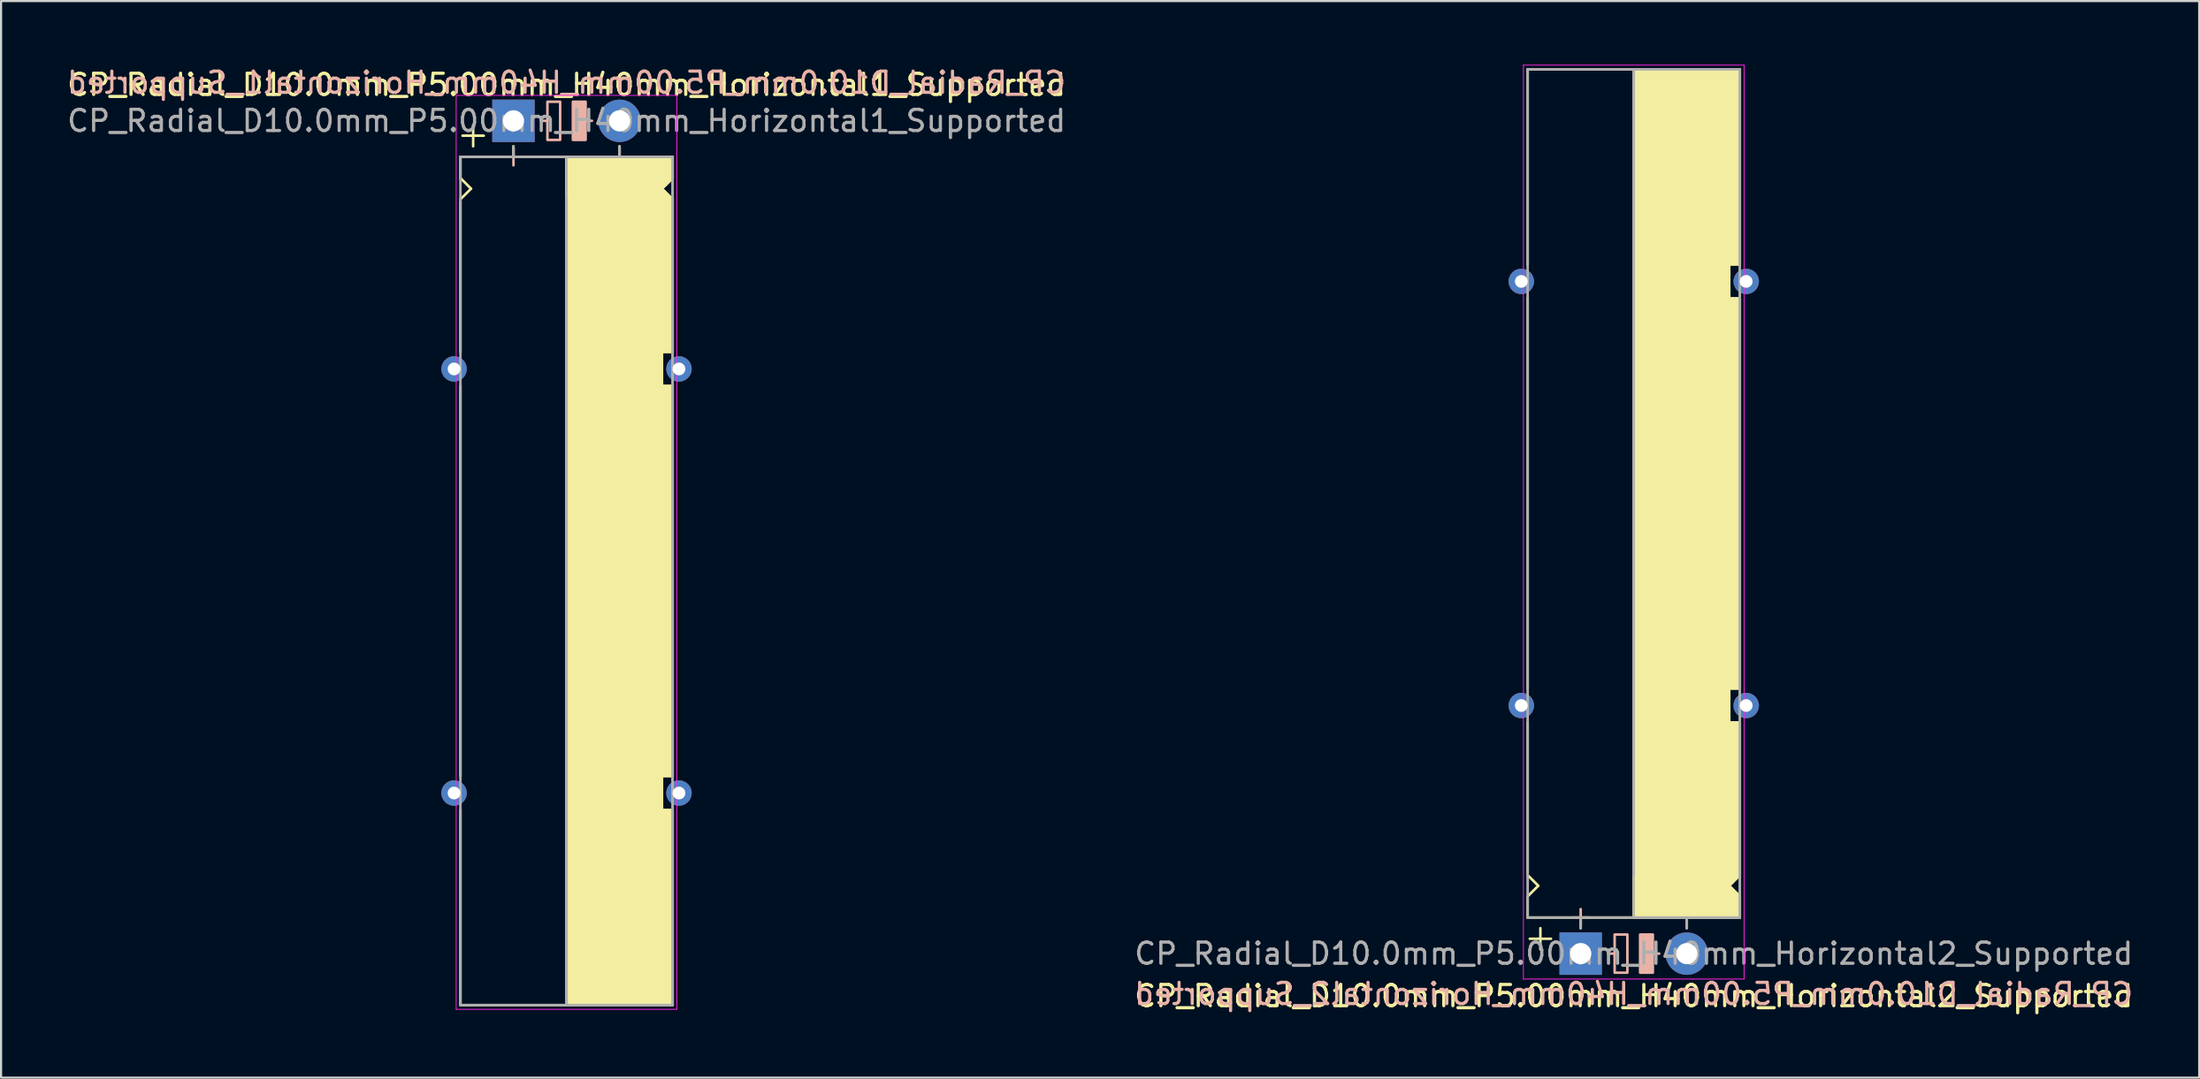
<source format=kicad_pcb>
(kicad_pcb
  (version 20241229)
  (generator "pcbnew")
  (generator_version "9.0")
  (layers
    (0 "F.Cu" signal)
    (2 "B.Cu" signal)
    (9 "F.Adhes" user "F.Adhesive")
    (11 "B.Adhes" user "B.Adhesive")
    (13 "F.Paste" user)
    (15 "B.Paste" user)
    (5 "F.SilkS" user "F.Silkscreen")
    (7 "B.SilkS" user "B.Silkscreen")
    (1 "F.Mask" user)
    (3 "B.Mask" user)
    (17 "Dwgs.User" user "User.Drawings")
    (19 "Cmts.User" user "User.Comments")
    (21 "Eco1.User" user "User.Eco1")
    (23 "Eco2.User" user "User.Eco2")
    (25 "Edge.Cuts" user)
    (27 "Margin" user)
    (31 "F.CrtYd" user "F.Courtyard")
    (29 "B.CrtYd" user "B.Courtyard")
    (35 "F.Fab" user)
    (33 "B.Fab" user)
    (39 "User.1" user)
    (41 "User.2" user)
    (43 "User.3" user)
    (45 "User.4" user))
  (footprint "CP_Radial_D10.0mm_P5.00mm_H40mm_Horizontal2_Supported"
    (layer "F.Cu")
    (at 71.446 41.92)
    (property "Reference" "CP_Radial_D10.0mm_P5.00mm_H40mm_Horizontal2_Supported" (at 2.5 2 0) (layer "F.SilkS") (effects (font (size 1 1) (thickness 0.15))))
    (fp_line (start -2.5 -41.7) (end 7.5 -41.7) (stroke (width 0.12) (type solid)) (layer "F.SilkS"))
    (fp_line (start -2.5 -32.5) (end -2.5 -41.7) (stroke (width 0.12) (type solid)) (layer "F.SilkS"))
    (fp_line (start -2.5 -12.5) (end -2.5 -30.9) (stroke (width 0.12) (type solid)) (layer "F.SilkS"))
    (fp_line (start -2.5 -3.8) (end -2.5 -10.9) (stroke (width 0.12) (type solid)) (layer "F.SilkS"))
    (fp_line (start -2.5 -2.7) (end -2 -3.2) (stroke (width 0.12) (type solid)) (layer "F.SilkS"))
    (fp_line (start -2.5 -1.7) (end -2.5 -2.7) (stroke (width 0.12) (type solid)) (layer "F.SilkS"))
    (fp_line (start -2 -3.2) (end -2.5 -3.7) (stroke (width 0.12) (type solid)) (layer "F.SilkS"))
    (fp_line (start -1.9 -1.2) (end -1.9 -0.2) (stroke (width 0.12) (type solid)) (layer "F.SilkS"))
    (fp_line (start -1.4 -0.7) (end -2.4 -0.7) (stroke (width 0.12) (type solid)) (layer "F.SilkS"))
    (fp_line (start 0 -1.7) (end 0 -1.2) (stroke (width 0.12) (type solid)) (layer "F.SilkS"))
    (fp_line (start 2.5 -41.7) (end 2.5 -1.7) (stroke (width 0.12) (type solid)) (layer "F.SilkS"))
    (fp_line (start 2.5 -1.7) (end -2.5 -1.7) (stroke (width 0.12) (type solid)) (layer "F.SilkS"))
    (fp_line (start 5 -1.7) (end 5 -1.2) (stroke (width 0.12) (type solid)) (layer "F.SilkS"))
    (fp_line (start 7 -32.5) (end 7.5 -32.5) (stroke (width 0.12) (type solid)) (layer "F.SilkS"))
    (fp_line (start 7 -30.9) (end 7 -32.5) (stroke (width 0.12) (type solid)) (layer "F.SilkS"))
    (fp_line (start 7 -12.5) (end 7.5 -12.5) (stroke (width 0.12) (type solid)) (layer "F.SilkS"))
    (fp_line (start 7 -10.9) (end 7 -12.5) (stroke (width 0.12) (type solid)) (layer "F.SilkS"))
    (fp_line (start 7 -3.2) (end 7.5 -3.7) (stroke (width 0.12) (type solid)) (layer "F.SilkS"))
    (fp_line (start 7.5 -32.5) (end 7.5 -41.7) (stroke (width 0.12) (type solid)) (layer "F.SilkS"))
    (fp_line (start 7.5 -30.9) (end 7 -30.9) (stroke (width 0.12) (type solid)) (layer "F.SilkS"))
    (fp_line (start 7.5 -12.5) (end 7.5 -30.9) (stroke (width 0.12) (type solid)) (layer "F.SilkS"))
    (fp_line (start 7.5 -10.9) (end 7 -10.9) (stroke (width 0.12) (type solid)) (layer "F.SilkS"))
    (fp_line (start 7.5 -3.7) (end 7.5 -10.9) (stroke (width 0.12) (type solid)) (layer "F.SilkS"))
    (fp_line (start 7.5 -2.7) (end 7 -3.2) (stroke (width 0.12) (type solid)) (layer "F.SilkS"))
    (fp_line (start 7.5 -1.7) (end 2.5 -1.7) (stroke (width 0.12) (type solid)) (layer "F.SilkS"))
    (fp_line (start 7.5 -1.7) (end 7.5 -2.7) (stroke (width 0.12) (type solid)) (layer "F.SilkS"))
    (fp_poly (pts (xy 7.5 -2.7) (xy 7 -3.2) (xy 7.5 -3.7) (xy 7.5 -10.9) (xy 7 -10.9) (xy 7 -12.5) (xy 7.5 -12.5) (xy 7.5 -30.9) (xy 7 -30.9) (xy 7 -32.5) (xy 7.5 -32.5) (xy 7.5 -41.7) (xy 2.5 -41.7) (xy 2.5 -1.7) (xy 7.5 -1.7)) (stroke (width 0.1) (type solid)) (fill yes) (layer "F.SilkS"))
    (fp_line (start 0 -2.1) (end 0 -1.3) (stroke (width 0.12) (type solid)) (layer "B.SilkS"))
    (fp_line (start 0.4 -1.7) (end -0.4 -1.7) (stroke (width 0.12) (type solid)) (layer "B.SilkS"))
    (fp_line (start 1.6 0) (end 1.3 0) (stroke (width 0.12) (type solid)) (layer "B.SilkS"))
    (fp_line (start 3.7 0) (end 3.4 0) (stroke (width 0.12) (type solid)) (layer "B.SilkS"))
    (fp_rect (start 2.2 -0.9) (end 1.6 0.9) (stroke (width 0.12) (type solid)) (fill no) (layer "B.SilkS"))
    (fp_rect (start 3.4 -0.9) (end 2.8 0.9) (stroke (width 0.12) (type solid)) (fill yes) (layer "B.SilkS"))
    (fp_line (start -2.7 -41.9) (end -2.7 1.2) (stroke (width 0.04) (type solid)) (layer "F.CrtYd"))
    (fp_line (start -2.7 1.2) (end 5.3 1.2) (stroke (width 0.04) (type solid)) (layer "F.CrtYd"))
    (fp_line (start 5.3 1.2) (end 7.7 1.2) (stroke (width 0.04) (type solid)) (layer "F.CrtYd"))
    (fp_line (start 7.7 -41.9) (end -2.7 -41.9) (stroke (width 0.04) (type solid)) (layer "F.CrtYd"))
    (fp_line (start 7.7 1.2) (end 7.7 -41.9) (stroke (width 0.04) (type solid)) (layer "F.CrtYd"))
    (fp_line (start -2.5 -41.7) (end 7.5 -41.7) (stroke (width 0.12) (type solid)) (layer "F.Fab"))
    (fp_line (start -2.5 -1.7) (end -2.5 -41.7) (stroke (width 0.12) (type solid)) (layer "F.Fab"))
    (fp_line (start 0 -1.7) (end 0 -1.2) (stroke (width 0.12) (type solid)) (layer "F.Fab"))
    (fp_line (start 2.5 -3.7) (end 2.5 -41.7) (stroke (width 0.12) (type solid)) (layer "F.Fab"))
    (fp_line (start 5 -1.7) (end 5 -1.2) (stroke (width 0.12) (type solid)) (layer "F.Fab"))
    (fp_line (start 7.5 -41.7) (end 7.5 -1.7) (stroke (width 0.12) (type solid)) (layer "F.Fab"))
    (fp_line (start 7.5 -1.7) (end -2.5 -1.7) (stroke (width 0.12) (type solid)) (layer "F.Fab"))
    (fp_poly (pts (xy 7.5 -41.7) (xy 2.5 -41.7) (xy 2.5 -1.7) (xy 7.5 -1.7)) (stroke (width 0.1) (type solid)) (fill no) (layer "F.Fab"))
    (fp_text user "${REFERENCE}" (at 2.5 1.9 0) (layer "B.SilkS") (effects (font (size 1 1) (thickness 0.15)) (justify mirror)))
    (fp_text user "${REFERENCE}" (at 2.5 0 0) (layer "F.Fab") (effects (font (size 1 1) (thickness 0.15))))
    (pad "1" thru_hole rect (at 0 0) (size 2 2) (drill 1) (layers "*.Cu" "*.Mask"))
    (pad "2" thru_hole circle (at 5 0) (size 2 2) (drill 1) (layers "*.Cu" "*.Mask"))
    (pad "~" thru_hole circle (at -2.8 -31.7 180) (size 1.2 1.2) (drill 0.6) (layers "*.Cu" "*.Mask"))
    (pad "~" thru_hole circle (at -2.8 -11.7) (size 1.2 1.2) (drill 0.6) (layers "*.Cu" "*.Mask"))
    (pad "~" thru_hole circle (at 7.8 -31.7 180) (size 1.2 1.2) (drill 0.6) (layers "*.Cu" "*.Mask"))
    (pad "~" thru_hole circle (at 7.8 -11.7 180) (size 1.2 1.2) (drill 0.6) (layers "*.Cu" "*.Mask")))
  (footprint "CP_Radial_D10.0mm_P5.00mm_H40mm_Horizontal1_Supported"
    (layer "F.Cu")
    (at 21.149 2.648)
    (property "Reference" "CP_Radial_D10.0mm_P5.00mm_H40mm_Horizontal1_Supported" (at 2.5 -1.7 0) (layer "F.SilkS") (effects (font (size 1 1) (thickness 0.15))))
    (fp_line (start -2.5 1.7) (end -2.5 2.7) (stroke (width 0.12) (type solid)) (layer "F.SilkS"))
    (fp_line (start -2.5 2.7) (end -2 3.2) (stroke (width 0.12) (type solid)) (layer "F.SilkS"))
    (fp_line (start -2.5 3.8) (end -2.5 10.9) (stroke (width 0.12) (type solid)) (layer "F.SilkS"))
    (fp_line (start -2.5 12.5) (end -2.5 30.9) (stroke (width 0.12) (type solid)) (layer "F.SilkS"))
    (fp_line (start -2.5 32.5) (end -2.5 41.7) (stroke (width 0.12) (type solid)) (layer "F.SilkS"))
    (fp_line (start -2.5 41.7) (end 7.5 41.7) (stroke (width 0.12) (type solid)) (layer "F.SilkS"))
    (fp_line (start -2 3.2) (end -2.5 3.7) (stroke (width 0.12) (type solid)) (layer "F.SilkS"))
    (fp_line (start -1.9 0.2) (end -1.9 1.2) (stroke (width 0.12) (type solid)) (layer "F.SilkS"))
    (fp_line (start -1.4 0.7) (end -2.4 0.7) (stroke (width 0.12) (type solid)) (layer "F.SilkS"))
    (fp_line (start 0 1.7) (end 0 1.2) (stroke (width 0.12) (type solid)) (layer "F.SilkS"))
    (fp_line (start 2.5 1.7) (end -2.5 1.7) (stroke (width 0.12) (type solid)) (layer "F.SilkS"))
    (fp_line (start 2.5 41.7) (end 2.5 1.7) (stroke (width 0.12) (type solid)) (layer "F.SilkS"))
    (fp_line (start 5 1.7) (end 5 1.2) (stroke (width 0.12) (type solid)) (layer "F.SilkS"))
    (fp_line (start 7 3.2) (end 7.5 3.7) (stroke (width 0.12) (type solid)) (layer "F.SilkS"))
    (fp_line (start 7 10.9) (end 7 12.5) (stroke (width 0.12) (type solid)) (layer "F.SilkS"))
    (fp_line (start 7 12.5) (end 7.5 12.5) (stroke (width 0.12) (type solid)) (layer "F.SilkS"))
    (fp_line (start 7 30.9) (end 7 32.5) (stroke (width 0.12) (type solid)) (layer "F.SilkS"))
    (fp_line (start 7 32.5) (end 7.5 32.5) (stroke (width 0.12) (type solid)) (layer "F.SilkS"))
    (fp_line (start 7.5 1.7) (end 2.5 1.7) (stroke (width 0.12) (type solid)) (layer "F.SilkS"))
    (fp_line (start 7.5 1.7) (end 7.5 2.7) (stroke (width 0.12) (type solid)) (layer "F.SilkS"))
    (fp_line (start 7.5 2.7) (end 7 3.2) (stroke (width 0.12) (type solid)) (layer "F.SilkS"))
    (fp_line (start 7.5 3.7) (end 7.5 10.9) (stroke (width 0.12) (type solid)) (layer "F.SilkS"))
    (fp_line (start 7.5 10.9) (end 7 10.9) (stroke (width 0.12) (type solid)) (layer "F.SilkS"))
    (fp_line (start 7.5 12.5) (end 7.5 30.9) (stroke (width 0.12) (type solid)) (layer "F.SilkS"))
    (fp_line (start 7.5 30.9) (end 7 30.9) (stroke (width 0.12) (type solid)) (layer "F.SilkS"))
    (fp_line (start 7.5 32.5) (end 7.5 41.7) (stroke (width 0.12) (type solid)) (layer "F.SilkS"))
    (fp_poly (pts (xy 7.5 2.7) (xy 7 3.2) (xy 7.5 3.7) (xy 7.5 10.9) (xy 7 10.9) (xy 7 12.5) (xy 7.5 12.5) (xy 7.5 30.9) (xy 7 30.9) (xy 7 32.5) (xy 7.5 32.5) (xy 7.5 41.7) (xy 2.5 41.7) (xy 2.5 1.7) (xy 7.5 1.7)) (stroke (width 0.1) (type solid)) (fill yes) (layer "F.SilkS"))
    (fp_line (start 0 1.3) (end 0 2.1) (stroke (width 0.12) (type solid)) (layer "B.SilkS"))
    (fp_line (start 0.4 1.7) (end -0.4 1.7) (stroke (width 0.12) (type solid)) (layer "B.SilkS"))
    (fp_line (start 1.6 0) (end 1.3 0) (stroke (width 0.12) (type solid)) (layer "B.SilkS"))
    (fp_line (start 3.7 0) (end 3.4 0) (stroke (width 0.12) (type solid)) (layer "B.SilkS"))
    (fp_rect (start 2.2 -0.9) (end 1.6 0.9) (stroke (width 0.12) (type solid)) (fill no) (layer "B.SilkS"))
    (fp_rect (start 3.4 -0.9) (end 2.8 0.9) (stroke (width 0.12) (type solid)) (fill yes) (layer "B.SilkS"))
    (fp_line (start -2.7 -1.2) (end 5.3 -1.2) (stroke (width 0.04) (type solid)) (layer "F.CrtYd"))
    (fp_line (start -2.7 41.9) (end -2.7 -1.2) (stroke (width 0.04) (type solid)) (layer "F.CrtYd"))
    (fp_line (start 5.3 -1.2) (end 7.7 -1.2) (stroke (width 0.04) (type solid)) (layer "F.CrtYd"))
    (fp_line (start 7.7 -1.2) (end 7.7 41.9) (stroke (width 0.04) (type solid)) (layer "F.CrtYd"))
    (fp_line (start 7.7 41.9) (end -2.7 41.9) (stroke (width 0.04) (type solid)) (layer "F.CrtYd"))
    (fp_line (start -2.5 1.7) (end -2.5 41.7) (stroke (width 0.12) (type solid)) (layer "F.Fab"))
    (fp_line (start -2.5 41.7) (end 7.5 41.7) (stroke (width 0.12) (type solid)) (layer "F.Fab"))
    (fp_line (start 0 1.7) (end 0 1.2) (stroke (width 0.12) (type solid)) (layer "F.Fab"))
    (fp_line (start 2.5 3.7) (end 2.5 41.7) (stroke (width 0.12) (type solid)) (layer "F.Fab"))
    (fp_line (start 5 1.7) (end 5 1.2) (stroke (width 0.12) (type solid)) (layer "F.Fab"))
    (fp_line (start 7.5 1.7) (end -2.5 1.7) (stroke (width 0.12) (type solid)) (layer "F.Fab"))
    (fp_line (start 7.5 41.7) (end 7.5 1.7) (stroke (width 0.12) (type solid)) (layer "F.Fab"))
    (fp_poly (pts (xy 7.5 41.7) (xy 2.5 41.7) (xy 2.5 1.7) (xy 7.5 1.7)) (stroke (width 0.1) (type solid)) (fill no) (layer "F.Fab"))
    (fp_text user "${REFERENCE}" (at 2.5 -1.8 0) (layer "B.SilkS") (effects (font (size 1 1) (thickness 0.15)) (justify mirror)))
    (fp_text user "${REFERENCE}" (at 2.5 0 0) (layer "F.Fab") (effects (font (size 1 1) (thickness 0.15))))
    (pad "1" thru_hole rect (at 0 0) (size 2 2) (drill 1) (layers "*.Cu" "*.Mask"))
    (pad "2" thru_hole circle (at 5 0) (size 2 2) (drill 1) (layers "*.Cu" "*.Mask"))
    (pad "~" thru_hole circle (at -2.8 11.7 180) (size 1.2 1.2) (drill 0.6) (layers "*.Cu" "*.Mask"))
    (pad "~" thru_hole circle (at -2.8 31.7) (size 1.2 1.2) (drill 0.6) (layers "*.Cu" "*.Mask"))
    (pad "~" thru_hole circle (at 7.8 11.7) (size 1.2 1.2) (drill 0.6) (layers "*.Cu" "*.Mask"))
    (pad "~" thru_hole circle (at 7.8 31.7) (size 1.2 1.2) (drill 0.6) (layers "*.Cu" "*.Mask")))
  (gr_rect
    (start -3 -3)
    (end 100.595 47.768)
    (stroke (width 0.1) (type default))
    (fill no)
    (layer "Edge.Cuts")))
</source>
